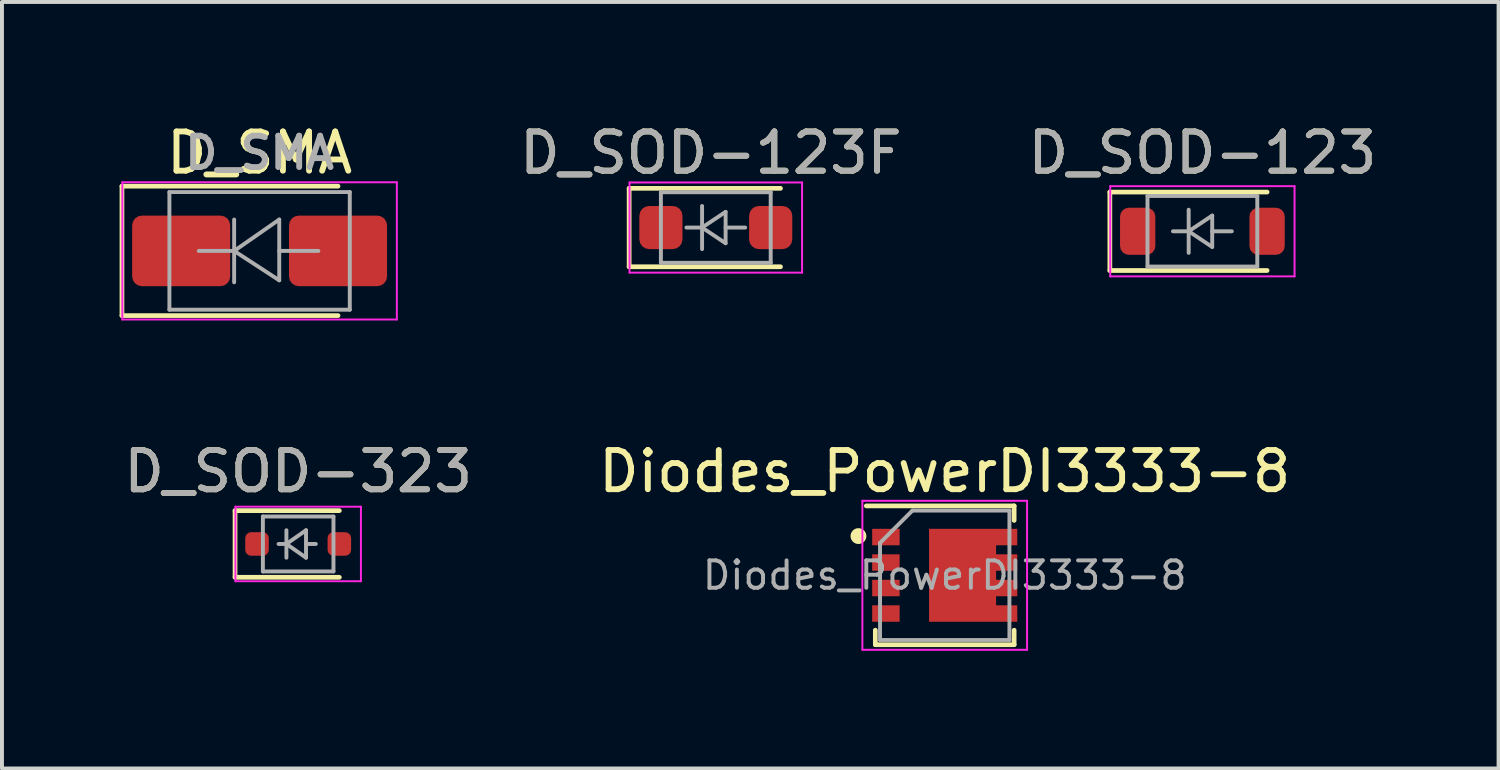
<source format=kicad_pcb>
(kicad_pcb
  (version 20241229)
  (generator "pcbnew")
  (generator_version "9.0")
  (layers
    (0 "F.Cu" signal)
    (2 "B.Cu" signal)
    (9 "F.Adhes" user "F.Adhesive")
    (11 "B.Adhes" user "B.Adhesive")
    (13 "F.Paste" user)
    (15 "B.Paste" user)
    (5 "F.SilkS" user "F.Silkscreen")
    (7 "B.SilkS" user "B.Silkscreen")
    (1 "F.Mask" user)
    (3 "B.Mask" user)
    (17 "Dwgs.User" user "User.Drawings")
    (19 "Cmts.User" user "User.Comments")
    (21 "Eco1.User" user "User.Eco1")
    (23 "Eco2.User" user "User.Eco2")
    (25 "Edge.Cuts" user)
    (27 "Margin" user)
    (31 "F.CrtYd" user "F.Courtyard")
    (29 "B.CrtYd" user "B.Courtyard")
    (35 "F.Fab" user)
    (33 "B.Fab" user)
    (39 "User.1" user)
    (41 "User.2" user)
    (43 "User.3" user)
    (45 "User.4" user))
  (footprint "Diodes_PowerDI3333-8"
    (layer "F.Cu")
    (at 21.042 11.621)
    (property "Reference" "Diodes_PowerDI3333-8" (at 0 -2.65 0) (layer "F.SilkS") (effects (font (size 1 1) (thickness 0.15))))
    (attr smd)
    (fp_line (start -1.77 1.77) (end -1.77 1.4) (stroke (width 0.12) (type solid)) (layer "F.SilkS"))
    (fp_line (start -1.77 1.77) (end 1.77 1.77) (stroke (width 0.12) (type solid)) (layer "F.SilkS"))
    (fp_line (start 1.77 -1.77) (end -2 -1.77) (stroke (width 0.12) (type solid)) (layer "F.SilkS"))
    (fp_line (start 1.77 -1.77) (end 1.77 -1.4) (stroke (width 0.12) (type solid)) (layer "F.SilkS"))
    (fp_line (start 1.77 1.77) (end 1.77 1.4) (stroke (width 0.12) (type solid)) (layer "F.SilkS"))
    (fp_circle (center -2.2 -1) (end -2.048 -1) (stroke (width 0.1) (type solid)) (fill yes) (layer "F.SilkS"))
    (fp_line (start -2.1 -1.9) (end -2.1 1.9) (stroke (width 0.05) (type solid)) (layer "F.CrtYd"))
    (fp_line (start -2.1 1.9) (end 2.1 1.9) (stroke (width 0.05) (type solid)) (layer "F.CrtYd"))
    (fp_line (start 2.1 -1.9) (end -2.1 -1.9) (stroke (width 0.05) (type solid)) (layer "F.CrtYd"))
    (fp_line (start 2.1 1.9) (end 2.1 -1.9) (stroke (width 0.05) (type solid)) (layer "F.CrtYd"))
    (fp_line (start -1.65 -0.825) (end -1.65 1.65) (stroke (width 0.1) (type solid)) (layer "F.Fab"))
    (fp_line (start -1.65 1.65) (end 1.65 1.65) (stroke (width 0.1) (type solid)) (layer "F.Fab"))
    (fp_line (start -0.825 -1.65) (end -1.65 -0.825) (stroke (width 0.1) (type solid)) (layer "F.Fab"))
    (fp_line (start 1.65 -1.65) (end -0.825 -1.65) (stroke (width 0.1) (type solid)) (layer "F.Fab"))
    (fp_line (start 1.65 1.65) (end 1.65 -1.65) (stroke (width 0.1) (type solid)) (layer "F.Fab"))
    (fp_text user "${REFERENCE}" (at 0 0 0) (layer "F.Fab") (effects (font (size 0.7 0.7) (thickness 0.1))))
    (pad "" smd rect (at 0.02 -0.565) (size 0.6 1) (layers "F.Paste"))
    (pad "" smd rect (at 0.02 0.565) (size 0.6 1) (layers "F.Paste"))
    (pad "" smd rect (at 0.73 -0.565) (size 0.6 1) (layers "F.Paste"))
    (pad "" smd rect (at 0.73 0.565) (size 0.6 1) (layers "F.Paste"))
    (pad "" smd rect (at 1.5 -0.975) (size 0.7 0.42) (layers "F.Paste"))
    (pad "" smd rect (at 1.5 -0.325) (size 0.7 0.42) (layers "F.Paste"))
    (pad "" smd rect (at 1.5 0.325) (size 0.7 0.42) (layers "F.Paste"))
    (pad "" smd rect (at 1.5 0.975) (size 0.7 0.42) (layers "F.Paste"))
    (pad "1" smd rect (at -1.5 -0.975) (size 0.7 0.42) (layers "F.Cu" "F.Mask" "F.Paste"))
    (pad "2" smd rect (at -1.5 -0.325) (size 0.7 0.42) (layers "F.Cu" "F.Mask" "F.Paste"))
    (pad "3" smd rect (at -1.5 0.325) (size 0.7 0.42) (layers "F.Cu" "F.Mask" "F.Paste"))
    (pad "4" smd rect (at -1.5 0.975) (size 0.7 0.42) (layers "F.Cu" "F.Mask" "F.Paste"))
    (pad "5" smd custom (at 0.455 0) (size 1.71 2.37) (layers "F.Cu" "F.Mask") (options (anchor rect)) (primitives (gr_poly (pts (xy 1.395 1.185) (xy 0.855 1.185) (xy 0.855 0.765) (xy 1.395 0.765)) (width 0) (fill yes)) (gr_poly (pts (xy 1.395 0.535) (xy 0.855 0.535) (xy 0.855 0.115) (xy 1.395 0.115)) (width 0) (fill yes)) (gr_poly (pts (xy 1.395 -0.115) (xy 0.855 -0.115) (xy 0.855 -0.535) (xy 1.395 -0.535)) (width 0) (fill yes)) (gr_poly (pts (xy 1.395 -0.765) (xy 0.855 -0.765) (xy 0.855 -1.185) (xy 1.395 -1.185)) (width 0) (fill yes)))))
  (footprint "D_SOD-323"
    (layer "F.Cu")
    (at 4.554 10.822)
    (property "Reference" "D_SOD-323" (at 0 -1.85 0) (layer "F.SilkS") (effects (font (size 1 1) (thickness 0.15))))
    (attr smd)
    (fp_line (start -1.61 -0.85) (end -1.61 0.85) (stroke (width 0.12) (type solid)) (layer "F.SilkS"))
    (fp_line (start -1.61 -0.85) (end 1.05 -0.85) (stroke (width 0.12) (type solid)) (layer "F.SilkS"))
    (fp_line (start -1.61 0.85) (end 1.05 0.85) (stroke (width 0.12) (type solid)) (layer "F.SilkS"))
    (fp_line (start -1.6 -0.95) (end -1.6 0.95) (stroke (width 0.05) (type solid)) (layer "F.CrtYd"))
    (fp_line (start -1.6 -0.95) (end 1.6 -0.95) (stroke (width 0.05) (type solid)) (layer "F.CrtYd"))
    (fp_line (start -1.6 0.95) (end 1.6 0.95) (stroke (width 0.05) (type solid)) (layer "F.CrtYd"))
    (fp_line (start 1.6 -0.95) (end 1.6 0.95) (stroke (width 0.05) (type solid)) (layer "F.CrtYd"))
    (fp_line (start -0.9 -0.7) (end 0.9 -0.7) (stroke (width 0.1) (type solid)) (layer "F.Fab"))
    (fp_line (start -0.9 0.7) (end -0.9 -0.7) (stroke (width 0.1) (type solid)) (layer "F.Fab"))
    (fp_line (start -0.3 -0.35) (end -0.3 0.35) (stroke (width 0.1) (type solid)) (layer "F.Fab"))
    (fp_line (start -0.3 0) (end -0.5 0) (stroke (width 0.1) (type solid)) (layer "F.Fab"))
    (fp_line (start -0.3 0) (end 0.2 -0.35) (stroke (width 0.1) (type solid)) (layer "F.Fab"))
    (fp_line (start 0.2 -0.35) (end 0.2 0.35) (stroke (width 0.1) (type solid)) (layer "F.Fab"))
    (fp_line (start 0.2 0) (end 0.45 0) (stroke (width 0.1) (type solid)) (layer "F.Fab"))
    (fp_line (start 0.2 0.35) (end -0.3 0) (stroke (width 0.1) (type solid)) (layer "F.Fab"))
    (fp_line (start 0.9 -0.7) (end 0.9 0.7) (stroke (width 0.1) (type solid)) (layer "F.Fab"))
    (fp_line (start 0.9 0.7) (end -0.9 0.7) (stroke (width 0.1) (type solid)) (layer "F.Fab"))
    (fp_text user "${REFERENCE}" (at 0 -1.85 0) (layer "F.Fab") (effects (font (size 1 1) (thickness 0.15))))
    (pad "1" smd roundrect (at -1.05 0) (size 0.6 0.6) (layers "F.Cu" "F.Mask" "F.Paste") (roundrect_rratio 0.25))
    (pad "2" smd roundrect (at 1.05 0) (size 0.6 0.6) (layers "F.Cu" "F.Mask" "F.Paste") (roundrect_rratio 0.25)))
  (footprint "D_SOD-123"
    (layer "F.Cu")
    (at 27.613 2.848)
    (property "Reference" "D_SOD-123" (at 0 -2 0) (layer "F.SilkS") (effects (font (size 1 1) (thickness 0.15))))
    (attr smd)
    (fp_line (start -2.36 -1) (end -2.36 1) (stroke (width 0.12) (type solid)) (layer "F.SilkS"))
    (fp_line (start -2.36 -1) (end 1.65 -1) (stroke (width 0.12) (type solid)) (layer "F.SilkS"))
    (fp_line (start -2.36 1) (end 1.65 1) (stroke (width 0.12) (type solid)) (layer "F.SilkS"))
    (fp_line (start -2.35 -1.15) (end -2.35 1.15) (stroke (width 0.05) (type solid)) (layer "F.CrtYd"))
    (fp_line (start -2.35 -1.15) (end 2.35 -1.15) (stroke (width 0.05) (type solid)) (layer "F.CrtYd"))
    (fp_line (start 2.35 -1.15) (end 2.35 1.15) (stroke (width 0.05) (type solid)) (layer "F.CrtYd"))
    (fp_line (start 2.35 1.15) (end -2.35 1.15) (stroke (width 0.05) (type solid)) (layer "F.CrtYd"))
    (fp_line (start -1.4 -0.9) (end 1.4 -0.9) (stroke (width 0.1) (type solid)) (layer "F.Fab"))
    (fp_line (start -1.4 0.9) (end -1.4 -0.9) (stroke (width 0.1) (type solid)) (layer "F.Fab"))
    (fp_line (start -0.75 0) (end -0.35 0) (stroke (width 0.1) (type solid)) (layer "F.Fab"))
    (fp_line (start -0.35 0) (end -0.35 -0.55) (stroke (width 0.1) (type solid)) (layer "F.Fab"))
    (fp_line (start -0.35 0) (end -0.35 0.55) (stroke (width 0.1) (type solid)) (layer "F.Fab"))
    (fp_line (start -0.35 0) (end 0.25 -0.4) (stroke (width 0.1) (type solid)) (layer "F.Fab"))
    (fp_line (start 0.25 -0.4) (end 0.25 0.4) (stroke (width 0.1) (type solid)) (layer "F.Fab"))
    (fp_line (start 0.25 0) (end 0.75 0) (stroke (width 0.1) (type solid)) (layer "F.Fab"))
    (fp_line (start 0.25 0.4) (end -0.35 0) (stroke (width 0.1) (type solid)) (layer "F.Fab"))
    (fp_line (start 1.4 -0.9) (end 1.4 0.9) (stroke (width 0.1) (type solid)) (layer "F.Fab"))
    (fp_line (start 1.4 0.9) (end -1.4 0.9) (stroke (width 0.1) (type solid)) (layer "F.Fab"))
    (fp_text user "${REFERENCE}" (at 0 -2 0) (layer "F.Fab") (effects (font (size 1 1) (thickness 0.15))))
    (pad "1" smd roundrect (at -1.65 0) (size 0.9 1.2) (layers "F.Cu" "F.Mask" "F.Paste") (roundrect_rratio 0.25))
    (pad "2" smd roundrect (at 1.65 0) (size 0.9 1.2) (layers "F.Cu" "F.Mask" "F.Paste") (roundrect_rratio 0.25)))
  (footprint "D_SOD-123F"
    (layer "F.Cu")
    (at 15.204 2.753)
    (property "Reference" "D_SOD-123F" (at -0.127 -1.905 0) (layer "F.SilkS") (effects (font (size 1 1) (thickness 0.15))))
    (attr smd)
    (fp_line (start -2.21 -1) (end -2.21 1) (stroke (width 0.12) (type solid)) (layer "F.SilkS"))
    (fp_line (start -2.21 -1) (end 1.65 -1) (stroke (width 0.12) (type solid)) (layer "F.SilkS"))
    (fp_line (start -2.21 1) (end 1.65 1) (stroke (width 0.12) (type solid)) (layer "F.SilkS"))
    (fp_line (start -2.2 -1.15) (end -2.2 1.15) (stroke (width 0.05) (type solid)) (layer "F.CrtYd"))
    (fp_line (start -2.2 -1.15) (end 2.2 -1.15) (stroke (width 0.05) (type solid)) (layer "F.CrtYd"))
    (fp_line (start 2.2 -1.15) (end 2.2 1.15) (stroke (width 0.05) (type solid)) (layer "F.CrtYd"))
    (fp_line (start 2.2 1.15) (end -2.2 1.15) (stroke (width 0.05) (type solid)) (layer "F.CrtYd"))
    (fp_line (start -1.4 -0.9) (end 1.4 -0.9) (stroke (width 0.1) (type solid)) (layer "F.Fab"))
    (fp_line (start -1.4 0.9) (end -1.4 -0.9) (stroke (width 0.1) (type solid)) (layer "F.Fab"))
    (fp_line (start -0.75 0) (end -0.35 0) (stroke (width 0.1) (type solid)) (layer "F.Fab"))
    (fp_line (start -0.35 0) (end -0.35 -0.55) (stroke (width 0.1) (type solid)) (layer "F.Fab"))
    (fp_line (start -0.35 0) (end -0.35 0.55) (stroke (width 0.1) (type solid)) (layer "F.Fab"))
    (fp_line (start -0.35 0) (end 0.25 -0.4) (stroke (width 0.1) (type solid)) (layer "F.Fab"))
    (fp_line (start 0.25 -0.4) (end 0.25 0.4) (stroke (width 0.1) (type solid)) (layer "F.Fab"))
    (fp_line (start 0.25 0) (end 0.75 0) (stroke (width 0.1) (type solid)) (layer "F.Fab"))
    (fp_line (start 0.25 0.4) (end -0.35 0) (stroke (width 0.1) (type solid)) (layer "F.Fab"))
    (fp_line (start 1.4 -0.9) (end 1.4 0.9) (stroke (width 0.1) (type solid)) (layer "F.Fab"))
    (fp_line (start 1.4 0.9) (end -1.4 0.9) (stroke (width 0.1) (type solid)) (layer "F.Fab"))
    (fp_text user "${REFERENCE}" (at -0.127 -1.905 0) (layer "F.Fab") (effects (font (size 1 1) (thickness 0.15))))
    (pad "1" smd roundrect (at -1.4 0) (size 1.1 1.1) (layers "F.Cu" "F.Mask" "F.Paste") (roundrect_rratio 0.227))
    (pad "2" smd roundrect (at 1.4 0) (size 1.1 1.1) (layers "F.Cu" "F.Mask" "F.Paste") (roundrect_rratio 0.227)))
  (footprint "D_SMA"
    (layer "F.Cu")
    (at 3.57 3.348)
    (property "Reference" "D_SMA" (at 0 -2.5 0) (layer "F.SilkS") (effects (font (size 1 1) (thickness 0.15))))
    (attr smd)
    (fp_line (start -3.51 -1.65) (end -3.51 1.65) (stroke (width 0.12) (type solid)) (layer "F.SilkS"))
    (fp_line (start -3.51 -1.65) (end 2 -1.65) (stroke (width 0.12) (type solid)) (layer "F.SilkS"))
    (fp_line (start -3.51 1.65) (end 2 1.65) (stroke (width 0.12) (type solid)) (layer "F.SilkS"))
    (fp_line (start -3.5 -1.75) (end 3.5 -1.75) (stroke (width 0.05) (type solid)) (layer "F.CrtYd"))
    (fp_line (start -3.5 1.75) (end -3.5 -1.75) (stroke (width 0.05) (type solid)) (layer "F.CrtYd"))
    (fp_line (start 3.5 -1.75) (end 3.5 1.75) (stroke (width 0.05) (type solid)) (layer "F.CrtYd"))
    (fp_line (start 3.5 1.75) (end -3.5 1.75) (stroke (width 0.05) (type solid)) (layer "F.CrtYd"))
    (fp_line (start -2.3 1.5) (end -2.3 -1.5) (stroke (width 0.1) (type solid)) (layer "F.Fab"))
    (fp_line (start -0.649 -0.799) (end -0.649 0.801) (stroke (width 0.1) (type solid)) (layer "F.Fab"))
    (fp_line (start -0.649 0.001) (end -1.551 0.001) (stroke (width 0.1) (type solid)) (layer "F.Fab"))
    (fp_line (start -0.649 0.001) (end 0.501 -0.799) (stroke (width 0.1) (type solid)) (layer "F.Fab"))
    (fp_line (start -0.649 0.001) (end 0.501 0.75) (stroke (width 0.1) (type solid)) (layer "F.Fab"))
    (fp_line (start 0.501 0.001) (end 1.499 0.001) (stroke (width 0.1) (type solid)) (layer "F.Fab"))
    (fp_line (start 0.501 0.75) (end 0.501 -0.799) (stroke (width 0.1) (type solid)) (layer "F.Fab"))
    (fp_line (start 2.3 -1.5) (end -2.3 -1.5) (stroke (width 0.1) (type solid)) (layer "F.Fab"))
    (fp_line (start 2.3 -1.5) (end 2.3 1.5) (stroke (width 0.1) (type solid)) (layer "F.Fab"))
    (fp_line (start 2.3 1.5) (end -2.3 1.5) (stroke (width 0.1) (type solid)) (layer "F.Fab"))
    (fp_text user "${REFERENCE}" (at 0 -2.5 0) (layer "F.Fab") (effects (font (size 0.8 0.8) (thickness 0.15))))
    (pad "1" smd roundrect (at -2 0) (size 2.5 1.8) (layers "F.Cu" "F.Mask" "F.Paste") (roundrect_rratio 0.139))
    (pad "2" smd roundrect (at 2 0) (size 2.5 1.8) (layers "F.Cu" "F.Mask" "F.Paste") (roundrect_rratio 0.139)))
  (gr_rect
    (start -3 -3)
    (end 35.166 16.547)
    (stroke (width 0.1) (type default))
    (fill no)
    (layer "Edge.Cuts")))
</source>
